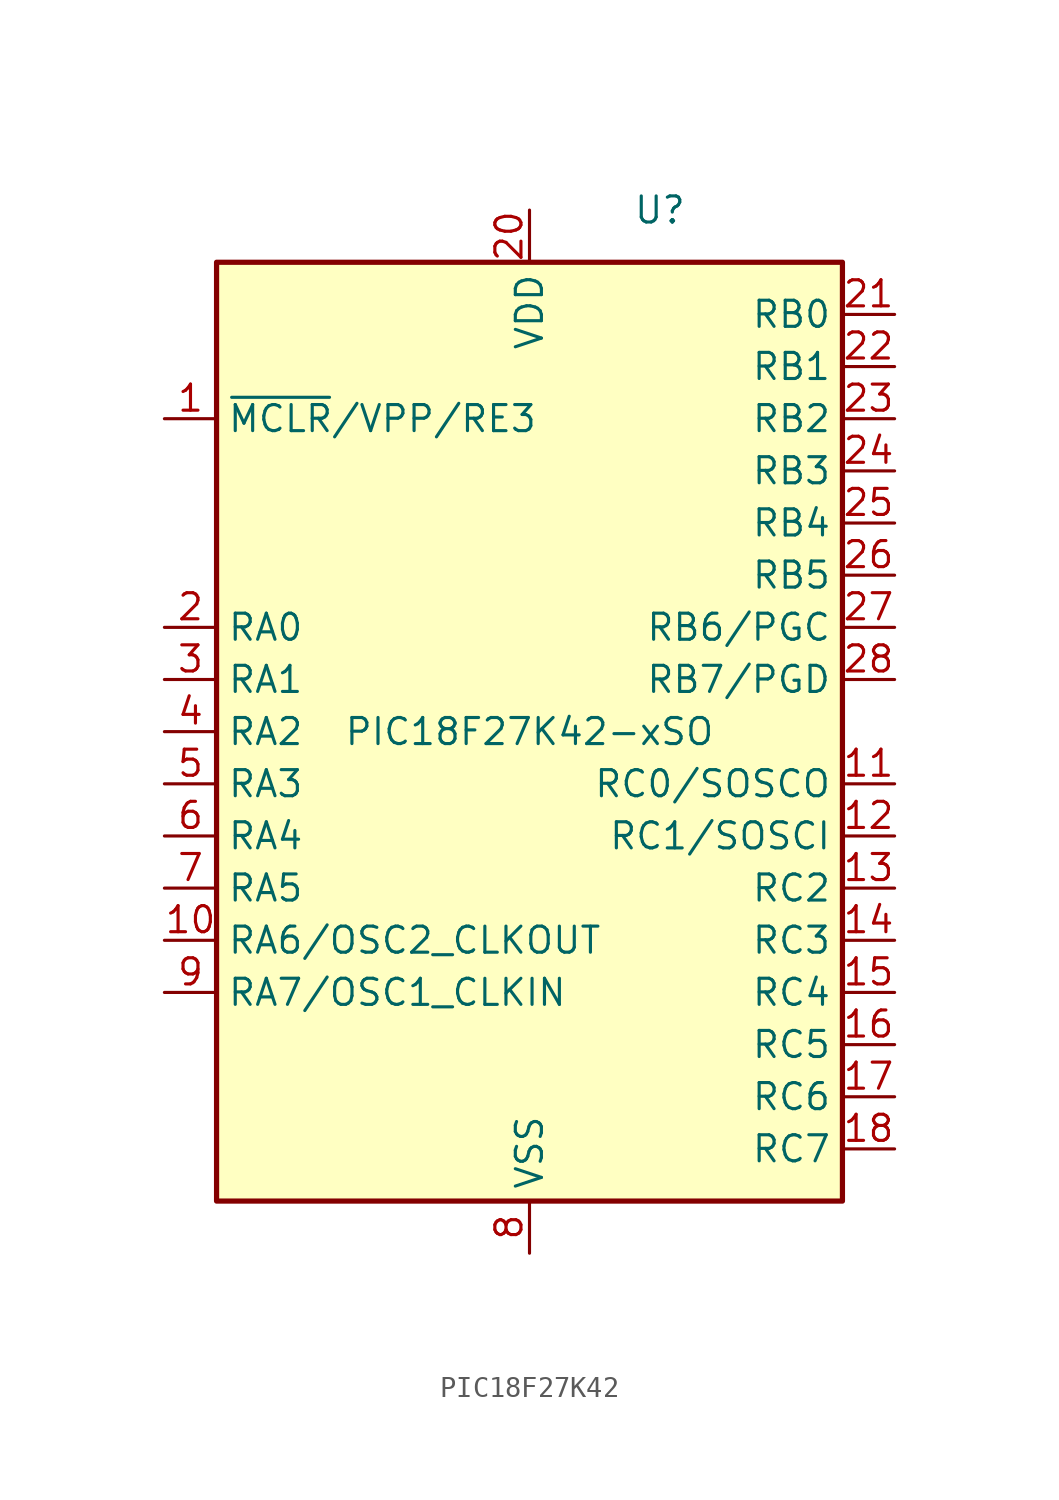
<source format=kicad_sym>
(kicad_symbol_lib
  (version 20220914)
  (generator kicad_symbol_editor)
  (symbol "PIC18F27K42"
    (property "Reference" "U"
      (at 6.35 25.4 0)
      (effects (font (size 1.27 1.27))))
    (property "Value" "PIC18F27K42-xSO"
      (at 0 0 0)
      (effects (font (size 1.27 1.27))))
    (symbol "PIC18F27K42_1_1"
      (rectangle (start -15.24 22.86) (end 15.24 -22.86) (stroke (width 0.254) (type default)) (fill (type background)))
      (pin input line (at -17.78 15.24 0) (length 2.54) (name "~{MCLR}/VPP/RE3" (effects (font (size 1.27 1.27)))) (number "1" (effects (font (size 1.27 1.27)))))
      (pin bidirectional line (at -17.78 -10.16 0) (length 2.54) (name "RA6/OSC2_CLKOUT" (effects (font (size 1.27 1.27)))) (number "10" (effects (font (size 1.27 1.27)))))
      (pin bidirectional line (at 17.78 -2.54 180) (length 2.54) (name "RC0/SOSCO" (effects (font (size 1.27 1.27)))) (number "11" (effects (font (size 1.27 1.27)))))
      (pin bidirectional line (at 17.78 -5.08 180) (length 2.54) (name "RC1/SOSCI" (effects (font (size 1.27 1.27)))) (number "12" (effects (font (size 1.27 1.27)))))
      (pin bidirectional line (at 17.78 -7.62 180) (length 2.54) (name "RC2" (effects (font (size 1.27 1.27)))) (number "13" (effects (font (size 1.27 1.27)))))
      (pin bidirectional line (at 17.78 -10.16 180) (length 2.54) (name "RC3" (effects (font (size 1.27 1.27)))) (number "14" (effects (font (size 1.27 1.27)))))
      (pin bidirectional line (at 17.78 -12.7 180) (length 2.54) (name "RC4" (effects (font (size 1.27 1.27)))) (number "15" (effects (font (size 1.27 1.27)))))
      (pin bidirectional line (at 17.78 -15.24 180) (length 2.54) (name "RC5" (effects (font (size 1.27 1.27)))) (number "16" (effects (font (size 1.27 1.27)))))
      (pin bidirectional line (at 17.78 -17.78 180) (length 2.54) (name "RC6" (effects (font (size 1.27 1.27)))) (number "17" (effects (font (size 1.27 1.27)))))
      (pin bidirectional line (at 17.78 -20.32 180) (length 2.54) (name "RC7" (effects (font (size 1.27 1.27)))) (number "18" (effects (font (size 1.27 1.27)))))
      (pin passive line (at 0 -25.4 90) (length 2.54) hide (name "VSS" (effects (font (size 1.27 1.27)))) (number "19" (effects (font (size 1.27 1.27)))))
      (pin bidirectional line (at -17.78 5.08 0) (length 2.54) (name "RA0" (effects (font (size 1.27 1.27)))) (number "2" (effects (font (size 1.27 1.27)))))
      (pin power_in line (at 0 25.4 270) (length 2.54) (name "VDD" (effects (font (size 1.27 1.27)))) (number "20" (effects (font (size 1.27 1.27)))))
      (pin bidirectional line (at 17.78 20.32 180) (length 2.54) (name "RB0" (effects (font (size 1.27 1.27)))) (number "21" (effects (font (size 1.27 1.27)))))
      (pin bidirectional line (at 17.78 17.78 180) (length 2.54) (name "RB1" (effects (font (size 1.27 1.27)))) (number "22" (effects (font (size 1.27 1.27)))))
      (pin bidirectional line (at 17.78 15.24 180) (length 2.54) (name "RB2" (effects (font (size 1.27 1.27)))) (number "23" (effects (font (size 1.27 1.27)))))
      (pin bidirectional line (at 17.78 12.7 180) (length 2.54) (name "RB3" (effects (font (size 1.27 1.27)))) (number "24" (effects (font (size 1.27 1.27)))))
      (pin bidirectional line (at 17.78 10.16 180) (length 2.54) (name "RB4" (effects (font (size 1.27 1.27)))) (number "25" (effects (font (size 1.27 1.27)))))
      (pin bidirectional line (at 17.78 7.62 180) (length 2.54) (name "RB5" (effects (font (size 1.27 1.27)))) (number "26" (effects (font (size 1.27 1.27)))))
      (pin bidirectional line (at 17.78 5.08 180) (length 2.54) (name "RB6/PGC" (effects (font (size 1.27 1.27)))) (number "27" (effects (font (size 1.27 1.27)))))
      (pin bidirectional line (at 17.78 2.54 180) (length 2.54) (name "RB7/PGD" (effects (font (size 1.27 1.27)))) (number "28" (effects (font (size 1.27 1.27)))))
      (pin bidirectional line (at -17.78 2.54 0) (length 2.54) (name "RA1" (effects (font (size 1.27 1.27)))) (number "3" (effects (font (size 1.27 1.27)))))
      (pin bidirectional line (at -17.78 0 0) (length 2.54) (name "RA2" (effects (font (size 1.27 1.27)))) (number "4" (effects (font (size 1.27 1.27)))))
      (pin bidirectional line (at -17.78 -2.54 0) (length 2.54) (name "RA3" (effects (font (size 1.27 1.27)))) (number "5" (effects (font (size 1.27 1.27)))))
      (pin bidirectional line (at -17.78 -5.08 0) (length 2.54) (name "RA4" (effects (font (size 1.27 1.27)))) (number "6" (effects (font (size 1.27 1.27)))))
      (pin bidirectional line (at -17.78 -7.62 0) (length 2.54) (name "RA5" (effects (font (size 1.27 1.27)))) (number "7" (effects (font (size 1.27 1.27)))))
      (pin power_in line (at 0 -25.4 90) (length 2.54) (name "VSS" (effects (font (size 1.27 1.27)))) (number "8" (effects (font (size 1.27 1.27)))))
      (pin bidirectional line (at -17.78 -12.7 0) (length 2.54) (name "RA7/OSC1_CLKIN" (effects (font (size 1.27 1.27)))) (number "9" (effects (font (size 1.27 1.27))))))))
</source>
